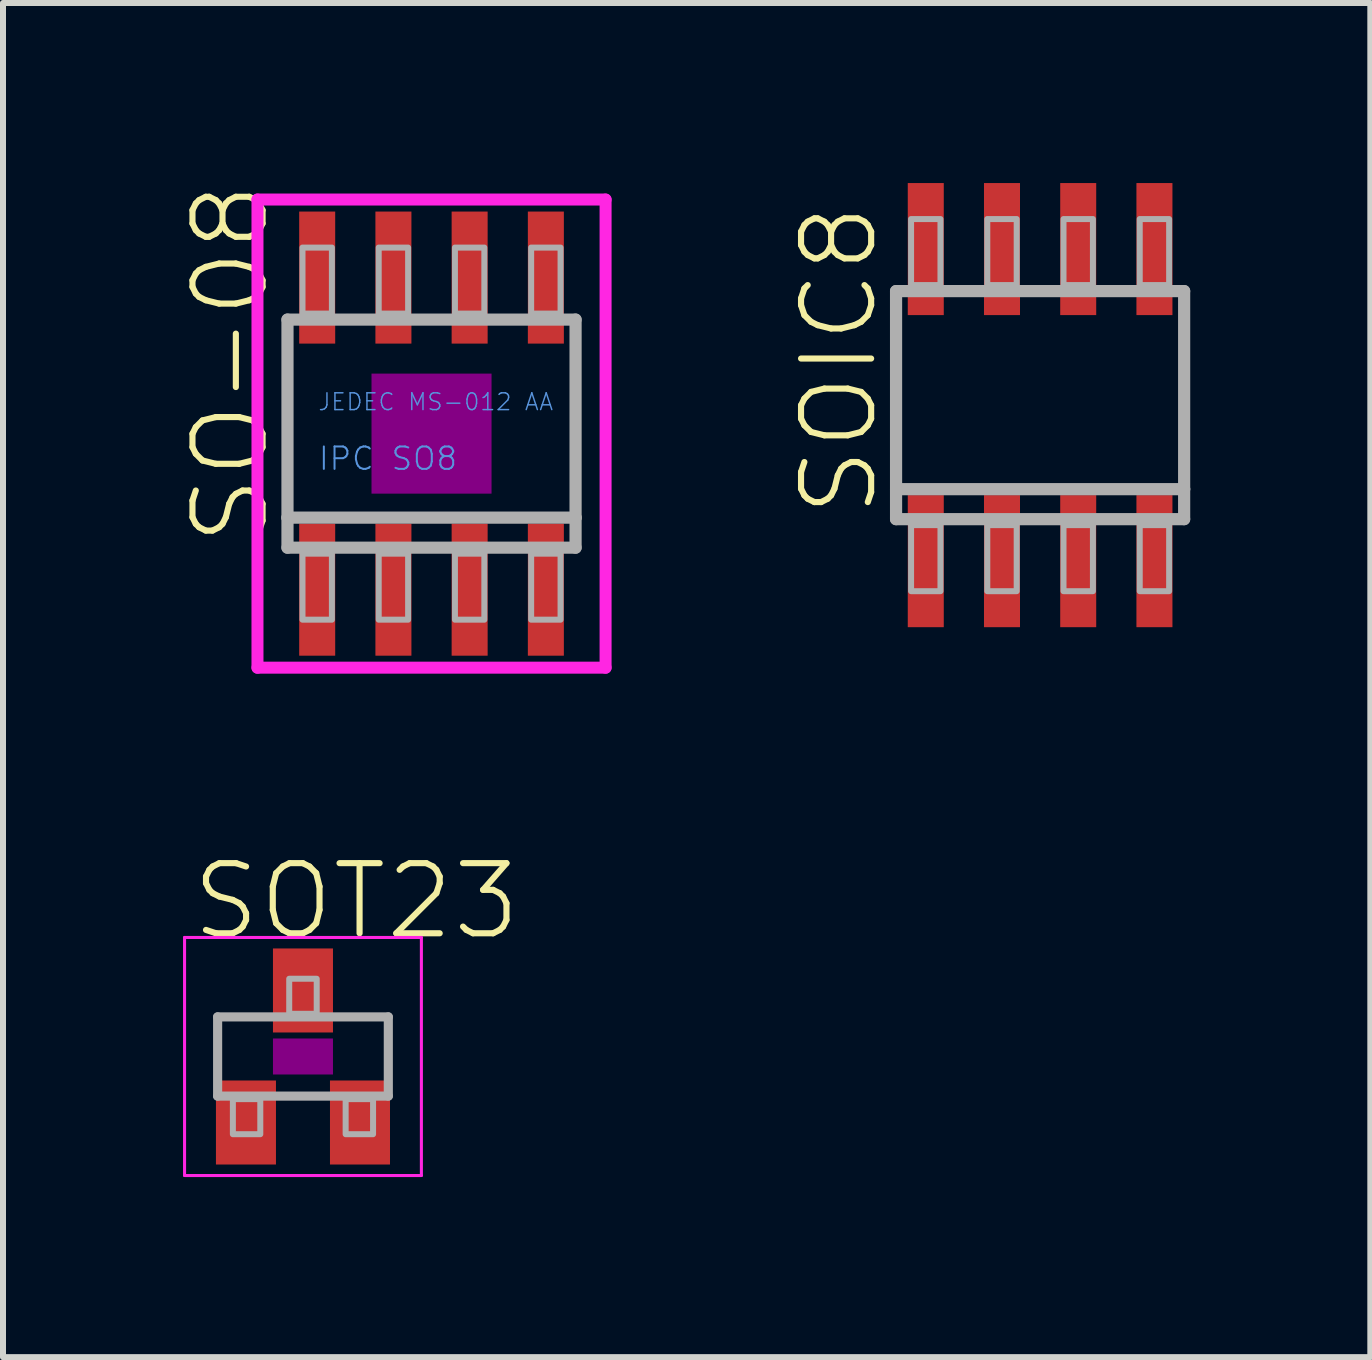
<source format=kicad_pcb>
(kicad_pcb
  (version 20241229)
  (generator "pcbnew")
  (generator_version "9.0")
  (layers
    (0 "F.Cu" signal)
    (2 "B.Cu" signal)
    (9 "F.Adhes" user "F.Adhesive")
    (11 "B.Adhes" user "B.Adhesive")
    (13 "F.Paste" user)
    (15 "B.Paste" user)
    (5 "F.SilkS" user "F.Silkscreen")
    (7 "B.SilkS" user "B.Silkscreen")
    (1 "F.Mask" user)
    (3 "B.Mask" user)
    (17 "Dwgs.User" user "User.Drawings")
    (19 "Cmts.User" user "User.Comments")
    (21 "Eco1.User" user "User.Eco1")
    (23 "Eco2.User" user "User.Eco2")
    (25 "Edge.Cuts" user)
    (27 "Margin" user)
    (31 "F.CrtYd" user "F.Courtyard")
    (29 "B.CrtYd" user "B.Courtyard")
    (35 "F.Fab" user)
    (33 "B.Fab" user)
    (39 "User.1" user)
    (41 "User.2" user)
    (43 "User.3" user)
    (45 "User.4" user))
  (footprint "SO-08"
    (layer "F.Cu")
    (at 4.14 4.175)
    (property "Reference" "SO-08" (at -2.667 1.905 90) (unlocked yes) (layer "F.SilkS") (effects (font (size 1.168 1.168) (thickness 0.102)) (justify left bottom)))
    (fp_poly (pts (xy -1 1) (xy 1 1) (xy 1 -1) (xy -1 -1)) (stroke (width 0) (type default)) (fill yes) (layer "F.Adhes"))
    (fp_line (start -2.9 -3.9) (end 2.9 -3.9) (stroke (width 0.2) (type solid)) (layer "F.CrtYd"))
    (fp_line (start -2.9 3.9) (end -2.9 -3.9) (stroke (width 0.2) (type solid)) (layer "F.CrtYd"))
    (fp_line (start 2.9 -3.9) (end 2.9 3.9) (stroke (width 0.2) (type solid)) (layer "F.CrtYd"))
    (fp_line (start 2.9 3.9) (end -2.9 3.9) (stroke (width 0.2) (type solid)) (layer "F.CrtYd"))
    (fp_line (start -2.4 -1.9) (end 2.4 -1.9) (stroke (width 0.203) (type solid)) (layer "F.Fab"))
    (fp_line (start -2.4 1.4) (end -2.4 -1.9) (stroke (width 0.203) (type solid)) (layer "F.Fab"))
    (fp_line (start -2.4 1.9) (end -2.4 1.4) (stroke (width 0.203) (type solid)) (layer "F.Fab"))
    (fp_line (start 2.4 -1.9) (end 2.4 1.4) (stroke (width 0.203) (type solid)) (layer "F.Fab"))
    (fp_line (start 2.4 1.4) (end -2.4 1.4) (stroke (width 0.203) (type solid)) (layer "F.Fab"))
    (fp_line (start 2.4 1.4) (end 2.4 1.9) (stroke (width 0.203) (type solid)) (layer "F.Fab"))
    (fp_line (start 2.4 1.9) (end -2.4 1.9) (stroke (width 0.203) (type solid)) (layer "F.Fab"))
    (fp_poly (pts (xy -2.15 -2) (xy -1.66 -2) (xy -1.66 -3.1) (xy -2.15 -3.1)) (stroke (width 0.1) (type default)) (fill no) (layer "F.Fab"))
    (fp_poly (pts (xy -2.15 3.1) (xy -1.66 3.1) (xy -1.66 2) (xy -2.15 2)) (stroke (width 0.1) (type default)) (fill no) (layer "F.Fab"))
    (fp_poly (pts (xy -0.88 -2) (xy -0.39 -2) (xy -0.39 -3.1) (xy -0.88 -3.1)) (stroke (width 0.1) (type default)) (fill no) (layer "F.Fab"))
    (fp_poly (pts (xy -0.88 3.1) (xy -0.39 3.1) (xy -0.39 2) (xy -0.88 2)) (stroke (width 0.1) (type default)) (fill no) (layer "F.Fab"))
    (fp_poly (pts (xy 0.39 -2) (xy 0.88 -2) (xy 0.88 -3.1) (xy 0.39 -3.1)) (stroke (width 0.1) (type default)) (fill no) (layer "F.Fab"))
    (fp_poly (pts (xy 0.39 3.1) (xy 0.88 3.1) (xy 0.88 2) (xy 0.39 2)) (stroke (width 0.1) (type default)) (fill no) (layer "F.Fab"))
    (fp_poly (pts (xy 1.66 -2) (xy 2.15 -2) (xy 2.15 -3.1) (xy 1.66 -3.1)) (stroke (width 0.1) (type default)) (fill no) (layer "F.Fab"))
    (fp_poly (pts (xy 1.66 3.1) (xy 2.15 3.1) (xy 2.15 2) (xy 1.66 2)) (stroke (width 0.1) (type default)) (fill no) (layer "F.Fab"))
    (fp_text user "JEDEC MS-012 AA" (at -1.905 -0.365 0) (unlocked yes) (layer "Cmts.User") (effects (font (size 0.28 0.28) (thickness 0.024)) (justify left bottom)))
    (fp_text user "IPC SO8" (at -1.905 0.635 0) (unlocked yes) (layer "Cmts.User") (effects (font (size 0.374 0.374) (thickness 0.033)) (justify left bottom)))
    (pad "1" smd rect (at -1.905 2.6) (size 0.6 2.2) (layers "F.Cu" "F.Mask" "F.Paste"))
    (pad "2" smd rect (at -0.635 2.6) (size 0.6 2.2) (layers "F.Cu" "F.Mask" "F.Paste"))
    (pad "3" smd rect (at 0.635 2.6) (size 0.6 2.2) (layers "F.Cu" "F.Mask" "F.Paste"))
    (pad "4" smd rect (at 1.905 2.6) (size 0.6 2.2) (layers "F.Cu" "F.Mask" "F.Paste"))
    (pad "5" smd rect (at 1.905 -2.6) (size 0.6 2.2) (layers "F.Cu" "F.Mask" "F.Paste"))
    (pad "6" smd rect (at 0.635 -2.6) (size 0.6 2.2) (layers "F.Cu" "F.Mask" "F.Paste"))
    (pad "7" smd rect (at -0.635 -2.6) (size 0.6 2.2) (layers "F.Cu" "F.Mask" "F.Paste"))
    (pad "8" smd rect (at -1.905 -2.6) (size 0.6 2.2) (layers "F.Cu" "F.Mask" "F.Paste")))
  (footprint "SOT23"
    (layer "F.Cu")
    (at 1.998 14.553)
    (property "Reference" "SOT23" (at -1.905 -1.905 0) (unlocked yes) (layer "F.SilkS") (effects (font (size 1.168 1.168) (thickness 0.102)) (justify left bottom)))
    (fp_poly (pts (xy -0.5 0.3) (xy 0.5 0.3) (xy 0.5 -0.3) (xy -0.5 -0.3)) (stroke (width 0) (type default)) (fill yes) (layer "F.Adhes"))
    (fp_line (start -1.973 -1.983) (end 1.973 -1.983) (stroke (width 0.051) (type solid)) (layer "F.CrtYd"))
    (fp_line (start -1.973 1.983) (end -1.973 -1.983) (stroke (width 0.051) (type solid)) (layer "F.CrtYd"))
    (fp_line (start 1.973 -1.983) (end 1.973 1.983) (stroke (width 0.051) (type solid)) (layer "F.CrtYd"))
    (fp_line (start 1.973 1.983) (end -1.973 1.983) (stroke (width 0.051) (type solid)) (layer "F.CrtYd"))
    (fp_line (start -1.422 -0.66) (end 1.422 -0.66) (stroke (width 0.152) (type solid)) (layer "F.Fab"))
    (fp_line (start -1.422 0.66) (end -1.422 -0.66) (stroke (width 0.152) (type solid)) (layer "F.Fab"))
    (fp_line (start 1.422 -0.66) (end 1.422 0.66) (stroke (width 0.152) (type solid)) (layer "F.Fab"))
    (fp_line (start 1.422 0.66) (end -1.422 0.66) (stroke (width 0.152) (type solid)) (layer "F.Fab"))
    (fp_poly (pts (xy -1.168 1.295) (xy -0.711 1.295) (xy -0.711 0.711) (xy -1.168 0.711)) (stroke (width 0.1) (type default)) (fill no) (layer "F.Fab"))
    (fp_poly (pts (xy -0.229 -0.711) (xy 0.229 -0.711) (xy 0.229 -1.295) (xy -0.229 -1.295)) (stroke (width 0.1) (type default)) (fill no) (layer "F.Fab"))
    (fp_poly (pts (xy 0.711 1.295) (xy 1.168 1.295) (xy 1.168 0.711) (xy 0.711 0.711)) (stroke (width 0.1) (type default)) (fill no) (layer "F.Fab"))
    (pad "1" smd rect (at -0.95 1.1) (size 1 1.4) (layers "F.Cu" "F.Mask" "F.Paste"))
    (pad "2" smd rect (at 0.95 1.1) (size 1 1.4) (layers "F.Cu" "F.Mask" "F.Paste"))
    (pad "3" smd rect (at 0 -1.1) (size 1 1.4) (layers "F.Cu" "F.Mask" "F.Paste")))
  (footprint "SOIC8"
    (layer "F.Cu")
    (at 14.28 3.7)
    (property "Reference" "SOIC8" (at -2.667 1.905 90) (unlocked yes) (layer "F.SilkS") (effects (font (size 1.168 1.168) (thickness 0.102)) (justify left bottom)))
    (fp_line (start -2.4 -1.9) (end 2.4 -1.9) (stroke (width 0.203) (type solid)) (layer "F.Fab"))
    (fp_line (start -2.4 1.4) (end -2.4 -1.9) (stroke (width 0.203) (type solid)) (layer "F.Fab"))
    (fp_line (start -2.4 1.9) (end -2.4 1.4) (stroke (width 0.203) (type solid)) (layer "F.Fab"))
    (fp_line (start 2.4 -1.9) (end 2.4 1.4) (stroke (width 0.203) (type solid)) (layer "F.Fab"))
    (fp_line (start 2.4 1.4) (end -2.4 1.4) (stroke (width 0.203) (type solid)) (layer "F.Fab"))
    (fp_line (start 2.4 1.4) (end 2.4 1.9) (stroke (width 0.203) (type solid)) (layer "F.Fab"))
    (fp_line (start 2.4 1.9) (end -2.4 1.9) (stroke (width 0.203) (type solid)) (layer "F.Fab"))
    (fp_poly (pts (xy -2.15 -2) (xy -1.66 -2) (xy -1.66 -3.1) (xy -2.15 -3.1)) (stroke (width 0.1) (type default)) (fill no) (layer "F.Fab"))
    (fp_poly (pts (xy -2.15 3.1) (xy -1.66 3.1) (xy -1.66 2) (xy -2.15 2)) (stroke (width 0.1) (type default)) (fill no) (layer "F.Fab"))
    (fp_poly (pts (xy -0.88 -2) (xy -0.39 -2) (xy -0.39 -3.1) (xy -0.88 -3.1)) (stroke (width 0.1) (type default)) (fill no) (layer "F.Fab"))
    (fp_poly (pts (xy -0.88 3.1) (xy -0.39 3.1) (xy -0.39 2) (xy -0.88 2)) (stroke (width 0.1) (type default)) (fill no) (layer "F.Fab"))
    (fp_poly (pts (xy 0.39 -2) (xy 0.88 -2) (xy 0.88 -3.1) (xy 0.39 -3.1)) (stroke (width 0.1) (type default)) (fill no) (layer "F.Fab"))
    (fp_poly (pts (xy 0.39 3.1) (xy 0.88 3.1) (xy 0.88 2) (xy 0.39 2)) (stroke (width 0.1) (type default)) (fill no) (layer "F.Fab"))
    (fp_poly (pts (xy 1.66 -2) (xy 2.15 -2) (xy 2.15 -3.1) (xy 1.66 -3.1)) (stroke (width 0.1) (type default)) (fill no) (layer "F.Fab"))
    (fp_poly (pts (xy 1.66 3.1) (xy 2.15 3.1) (xy 2.15 2) (xy 1.66 2)) (stroke (width 0.1) (type default)) (fill no) (layer "F.Fab"))
    (pad "1" smd rect (at -1.905 2.6) (size 0.6 2.2) (layers "F.Cu" "F.Mask" "F.Paste"))
    (pad "2" smd rect (at -0.635 2.6) (size 0.6 2.2) (layers "F.Cu" "F.Mask" "F.Paste"))
    (pad "3" smd rect (at 0.635 2.6) (size 0.6 2.2) (layers "F.Cu" "F.Mask" "F.Paste"))
    (pad "4" smd rect (at 1.905 2.6) (size 0.6 2.2) (layers "F.Cu" "F.Mask" "F.Paste"))
    (pad "5" smd rect (at 1.905 -2.6) (size 0.6 2.2) (layers "F.Cu" "F.Mask" "F.Paste"))
    (pad "6" smd rect (at 0.635 -2.6) (size 0.6 2.2) (layers "F.Cu" "F.Mask" "F.Paste"))
    (pad "7" smd rect (at -0.635 -2.6) (size 0.6 2.2) (layers "F.Cu" "F.Mask" "F.Paste"))
    (pad "8" smd rect (at -1.905 -2.6) (size 0.6 2.2) (layers "F.Cu" "F.Mask" "F.Paste")))
  (gr_rect
    (start -3 -3)
    (end 19.782 19.562)
    (stroke (width 0.1) (type default))
    (fill no)
    (layer "Edge.Cuts")))
</source>
